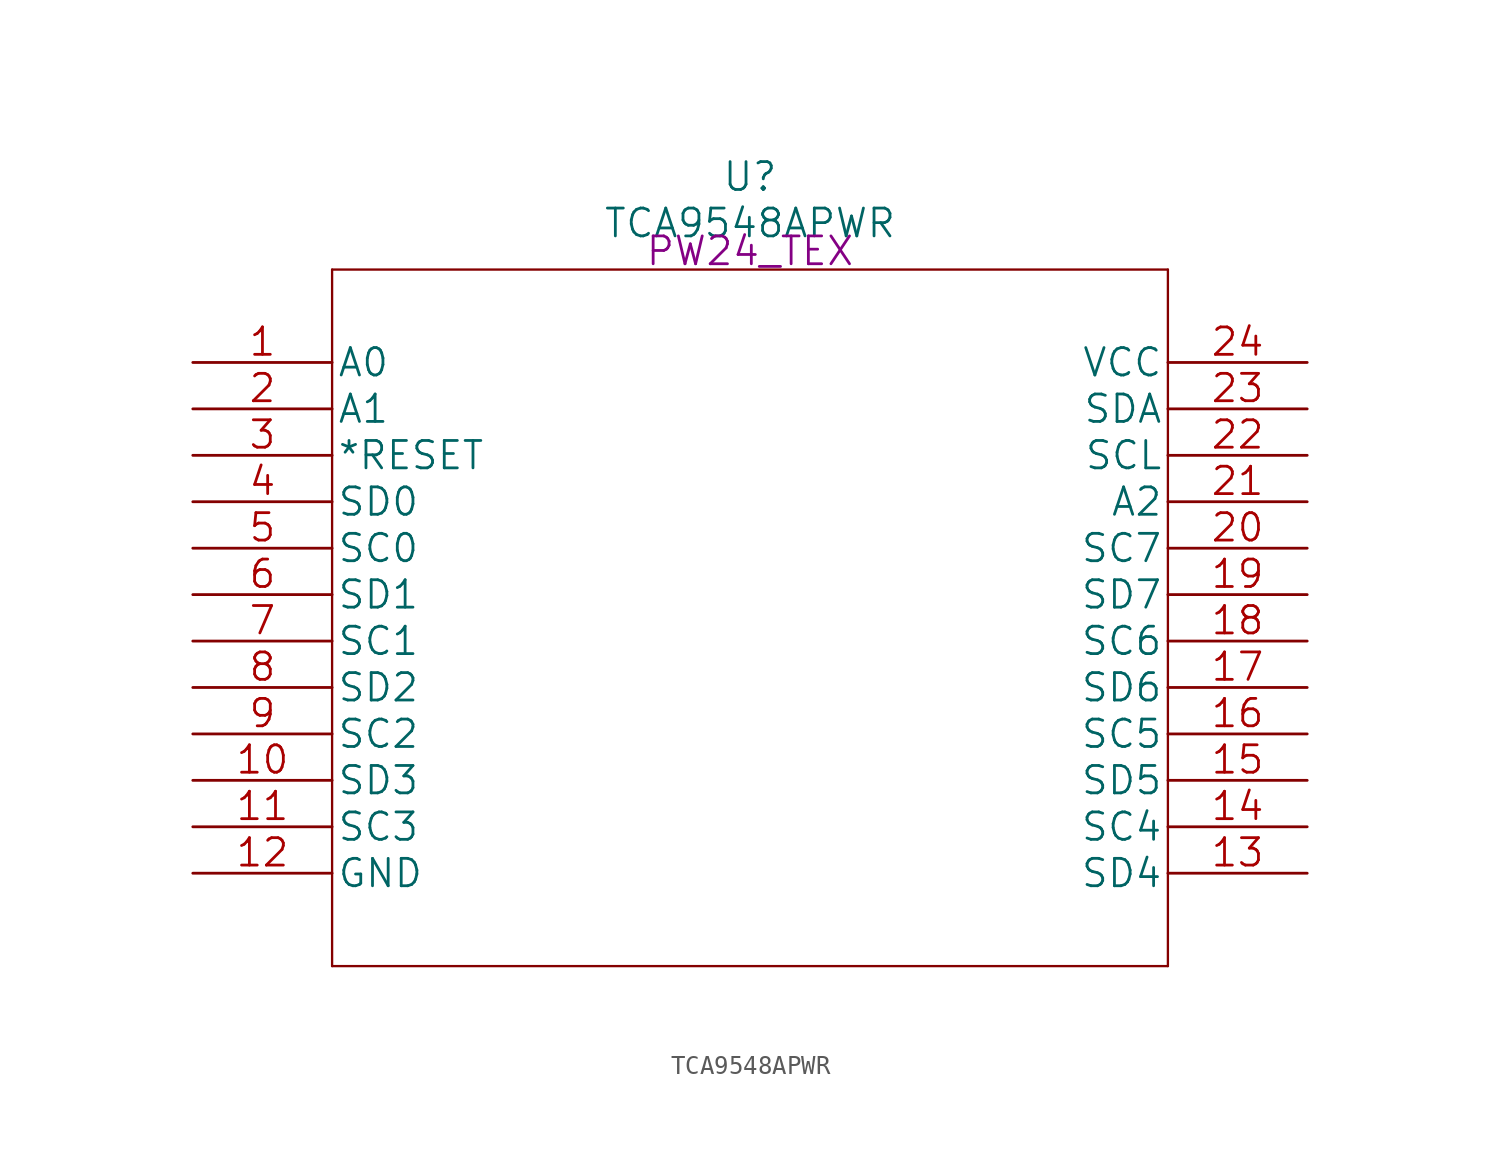
<source format=kicad_sym>
(kicad_symbol_lib
  (version 20211014)
  (generator kicad_symbol_editor)
  (symbol "TCA9548APWR"
    (pin_names
      (offset 0.254))
    (property "Reference" "U"
      (at 30.48 10.16 0)
      (effects (font (size 1.524 1.524))))
    (property "Value" "TCA9548APWR"
      (at 30.48 7.62 0)
      (effects (font (size 1.524 1.524))))
    (property "Footprint" "PW24_TEX"
      (at 30.48 6.096 0)
      (effects (font (size 1.524 1.524))))
    (property "Datasheet" ""
      (at 0 0 0)
      (effects (font (size 1.524 1.524))))
    (symbol "TCA9548APWR_1_1"
      (polyline (pts (xy 7.62 -33.02) (xy 53.34 -33.02)) (stroke (width 0.127) (type default) (color 0 0 0 0)) (fill (type none)))
      (polyline (pts (xy 7.62 5.08) (xy 7.62 -33.02)) (stroke (width 0.127) (type default) (color 0 0 0 0)) (fill (type none)))
      (polyline (pts (xy 53.34 -33.02) (xy 53.34 5.08)) (stroke (width 0.127) (type default) (color 0 0 0 0)) (fill (type none)))
      (polyline (pts (xy 53.34 5.08) (xy 7.62 5.08)) (stroke (width 0.127) (type default) (color 0 0 0 0)) (fill (type none)))
      (pin input line (at 0 0 0) (length 7.62) (name "A0" (effects (font (size 1.499 1.499)))) (number "1" (effects (font (size 1.499 1.499)))))
      (pin unspecified line (at 0 -22.86 0) (length 7.62) (name "SD3" (effects (font (size 1.499 1.499)))) (number "10" (effects (font (size 1.499 1.499)))))
      (pin unspecified line (at 0 -25.4 0) (length 7.62) (name "SC3" (effects (font (size 1.499 1.499)))) (number "11" (effects (font (size 1.499 1.499)))))
      (pin power_in line (at 0 -27.94 0) (length 7.62) (name "GND" (effects (font (size 1.499 1.499)))) (number "12" (effects (font (size 1.499 1.499)))))
      (pin unspecified line (at 60.96 -27.94 180) (length 7.62) (name "SD4" (effects (font (size 1.499 1.499)))) (number "13" (effects (font (size 1.499 1.499)))))
      (pin unspecified line (at 60.96 -25.4 180) (length 7.62) (name "SC4" (effects (font (size 1.499 1.499)))) (number "14" (effects (font (size 1.499 1.499)))))
      (pin unspecified line (at 60.96 -22.86 180) (length 7.62) (name "SD5" (effects (font (size 1.499 1.499)))) (number "15" (effects (font (size 1.499 1.499)))))
      (pin unspecified line (at 60.96 -20.32 180) (length 7.62) (name "SC5" (effects (font (size 1.499 1.499)))) (number "16" (effects (font (size 1.499 1.499)))))
      (pin unspecified line (at 60.96 -17.78 180) (length 7.62) (name "SD6" (effects (font (size 1.499 1.499)))) (number "17" (effects (font (size 1.499 1.499)))))
      (pin unspecified line (at 60.96 -15.24 180) (length 7.62) (name "SC6" (effects (font (size 1.499 1.499)))) (number "18" (effects (font (size 1.499 1.499)))))
      (pin unspecified line (at 60.96 -12.7 180) (length 7.62) (name "SD7" (effects (font (size 1.499 1.499)))) (number "19" (effects (font (size 1.499 1.499)))))
      (pin input line (at 0 -2.54 0) (length 7.62) (name "A1" (effects (font (size 1.499 1.499)))) (number "2" (effects (font (size 1.499 1.499)))))
      (pin unspecified line (at 60.96 -10.16 180) (length 7.62) (name "SC7" (effects (font (size 1.499 1.499)))) (number "20" (effects (font (size 1.499 1.499)))))
      (pin input line (at 60.96 -7.62 180) (length 7.62) (name "A2" (effects (font (size 1.499 1.499)))) (number "21" (effects (font (size 1.499 1.499)))))
      (pin unspecified line (at 60.96 -5.08 180) (length 7.62) (name "SCL" (effects (font (size 1.499 1.499)))) (number "22" (effects (font (size 1.499 1.499)))))
      (pin unspecified line (at 60.96 -2.54 180) (length 7.62) (name "SDA" (effects (font (size 1.499 1.499)))) (number "23" (effects (font (size 1.499 1.499)))))
      (pin power_in line (at 60.96 0 180) (length 7.62) (name "VCC" (effects (font (size 1.499 1.499)))) (number "24" (effects (font (size 1.499 1.499)))))
      (pin input line (at 0 -5.08 0) (length 7.62) (name "*RESET" (effects (font (size 1.499 1.499)))) (number "3" (effects (font (size 1.499 1.499)))))
      (pin unspecified line (at 0 -7.62 0) (length 7.62) (name "SD0" (effects (font (size 1.499 1.499)))) (number "4" (effects (font (size 1.499 1.499)))))
      (pin unspecified line (at 0 -10.16 0) (length 7.62) (name "SC0" (effects (font (size 1.499 1.499)))) (number "5" (effects (font (size 1.499 1.499)))))
      (pin unspecified line (at 0 -12.7 0) (length 7.62) (name "SD1" (effects (font (size 1.499 1.499)))) (number "6" (effects (font (size 1.499 1.499)))))
      (pin unspecified line (at 0 -15.24 0) (length 7.62) (name "SC1" (effects (font (size 1.499 1.499)))) (number "7" (effects (font (size 1.499 1.499)))))
      (pin unspecified line (at 0 -17.78 0) (length 7.62) (name "SD2" (effects (font (size 1.499 1.499)))) (number "8" (effects (font (size 1.499 1.499)))))
      (pin unspecified line (at 0 -20.32 0) (length 7.62) (name "SC2" (effects (font (size 1.499 1.499)))) (number "9" (effects (font (size 1.499 1.499))))))))
</source>
